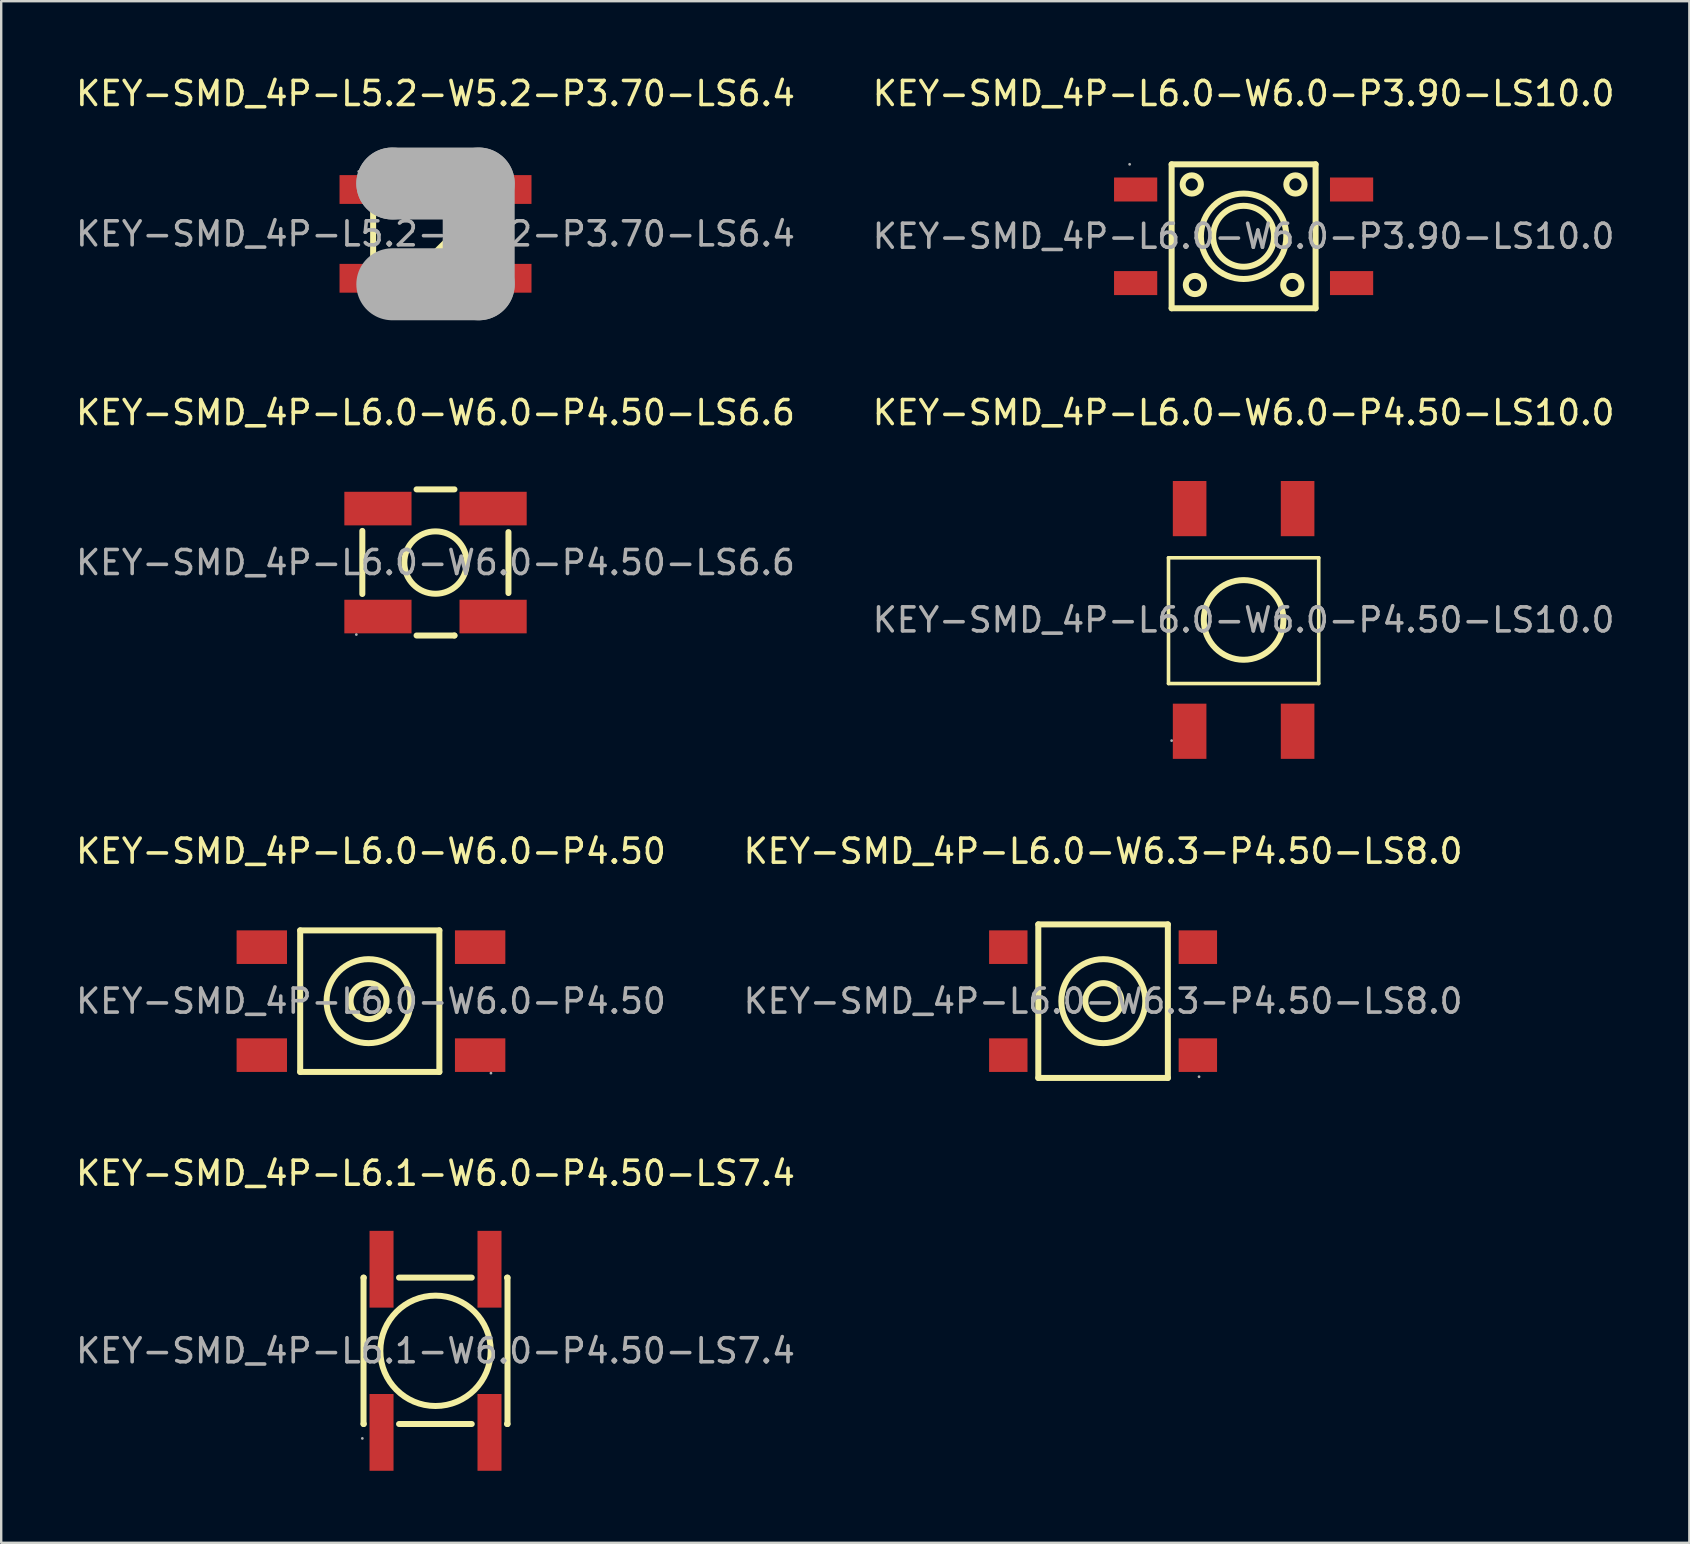
<source format=kicad_pcb>
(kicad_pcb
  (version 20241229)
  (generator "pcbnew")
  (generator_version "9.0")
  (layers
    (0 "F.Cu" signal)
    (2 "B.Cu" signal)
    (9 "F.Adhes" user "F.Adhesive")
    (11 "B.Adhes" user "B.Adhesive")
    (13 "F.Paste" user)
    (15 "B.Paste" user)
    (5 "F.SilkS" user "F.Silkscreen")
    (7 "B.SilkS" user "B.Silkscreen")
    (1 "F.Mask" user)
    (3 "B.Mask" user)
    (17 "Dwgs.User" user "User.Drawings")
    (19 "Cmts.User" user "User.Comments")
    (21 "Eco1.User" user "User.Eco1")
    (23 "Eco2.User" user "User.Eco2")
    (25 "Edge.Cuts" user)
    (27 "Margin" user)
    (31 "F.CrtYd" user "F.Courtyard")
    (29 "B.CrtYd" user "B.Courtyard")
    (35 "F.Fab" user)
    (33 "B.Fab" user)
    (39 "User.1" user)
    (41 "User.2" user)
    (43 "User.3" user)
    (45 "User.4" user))
  (footprint "KEY-SMD_4P-L6.1-W6.0-P4.50-LS7.4"
    (layer "F.Cu")
    (at 15.101 53.248)
    (property "Reference" "KEY-SMD_4P-L6.1-W6.0-P4.50-LS7.4" (at 0 -7.4 0) (layer "F.SilkS") (effects (font (size 1 1) (thickness 0.15))))
    (attr through_hole)
    (fp_line (start -3 -3.05) (end -2.99 -3.05) (stroke (width 0.25) (type solid)) (layer "F.SilkS"))
    (fp_line (start -3 3.05) (end -3 -3.05) (stroke (width 0.25) (type solid)) (layer "F.SilkS"))
    (fp_line (start -3 3.05) (end -2.99 3.05) (stroke (width 0.25) (type solid)) (layer "F.SilkS"))
    (fp_line (start -1.52 -3.05) (end 1.51 -3.05) (stroke (width 0.25) (type solid)) (layer "F.SilkS"))
    (fp_line (start -1.52 3.05) (end 1.51 3.05) (stroke (width 0.25) (type solid)) (layer "F.SilkS"))
    (fp_line (start 2.98 -3.05) (end 3 -3.05) (stroke (width 0.25) (type solid)) (layer "F.SilkS"))
    (fp_line (start 2.98 3.05) (end 3 3.05) (stroke (width 0.25) (type solid)) (layer "F.SilkS"))
    (fp_line (start 3 3.05) (end 3 -3.05) (stroke (width 0.25) (type solid)) (layer "F.SilkS"))
    (fp_circle (center 0 0) (end 2.3 0) (stroke (width 0.25) (type solid)) (fill no) (layer "F.SilkS"))
    (fp_circle (center -3.05 3.65) (end -3.02 3.65) (stroke (width 0.06) (type solid)) (fill no) (layer "F.Fab"))
    (fp_text user "${REFERENCE}" (at 0 0 0) (layer "F.Fab") (effects (font (size 1 1) (thickness 0.15))))
    (pad "A" smd rect (at -2.25 3.4 180) (size 1 3.2) (layers "F.Cu" "F.Mask" "F.Paste"))
    (pad "A'" smd rect (at -2.25 -3.4 180) (size 1 3.2) (layers "F.Cu" "F.Mask" "F.Paste"))
    (pad "B" smd rect (at 2.25 3.4 180) (size 1 3.2) (layers "F.Cu" "F.Mask" "F.Paste"))
    (pad "B'" smd rect (at 2.25 -3.4 180) (size 1 3.2) (layers "F.Cu" "F.Mask" "F.Paste")))
  (footprint "KEY-SMD_4P-L6.0-W6.0-P4.50-LS10.0"
    (layer "F.Cu")
    (at 48.78 22.787)
    (property "Reference" "KEY-SMD_4P-L6.0-W6.0-P4.50-LS10.0" (at 0 -8.64 0) (layer "F.SilkS") (effects (font (size 1 1) (thickness 0.15))))
    (attr through_hole)
    (fp_line (start -3.13 -2.59) (end 3.13 -2.59) (stroke (width 0.15) (type solid)) (layer "F.SilkS"))
    (fp_line (start -3.13 2.65) (end -3.13 -2.59) (stroke (width 0.15) (type solid)) (layer "F.SilkS"))
    (fp_line (start 3.13 -2.59) (end 3.13 2.65) (stroke (width 0.15) (type solid)) (layer "F.SilkS"))
    (fp_line (start 3.13 2.65) (end -3.13 2.65) (stroke (width 0.15) (type solid)) (layer "F.SilkS"))
    (fp_circle (center 0 0) (end 1.66 0) (stroke (width 0.25) (type solid)) (fill no) (layer "F.SilkS"))
    (fp_circle (center -3 5.03) (end -2.97 5.03) (stroke (width 0.06) (type solid)) (fill no) (layer "F.Fab"))
    (fp_text user "${REFERENCE}" (at 0 0 0) (layer "F.Fab") (effects (font (size 1 1) (thickness 0.15))))
    (pad "1" smd rect (at -2.25 4.64) (size 1.4 2.3) (layers "F.Cu" "F.Mask" "F.Paste"))
    (pad "2" smd rect (at -2.25 -4.64) (size 1.4 2.3) (layers "F.Cu" "F.Mask" "F.Paste"))
    (pad "3" smd rect (at 2.25 -4.64) (size 1.4 2.3) (layers "F.Cu" "F.Mask" "F.Paste"))
    (pad "4" smd rect (at 2.25 4.64) (size 1.4 2.3) (layers "F.Cu" "F.Mask" "F.Paste")))
  (footprint "KEY-SMD_4P-L6.0-W6.0-P4.50"
    (layer "F.Cu")
    (at 12.411 38.675)
    (property "Reference" "KEY-SMD_4P-L6.0-W6.0-P4.50" (at 0 -6.25 0) (layer "F.SilkS") (effects (font (size 1 1) (thickness 0.15))))
    (attr through_hole)
    (fp_line (start -2.95 -2.95) (end -2.95 2.95) (stroke (width 0.25) (type solid)) (layer "F.SilkS"))
    (fp_line (start -2.95 2.95) (end 2.85 2.95) (stroke (width 0.25) (type solid)) (layer "F.SilkS"))
    (fp_line (start 2.85 -2.95) (end -2.95 -2.95) (stroke (width 0.25) (type solid)) (layer "F.SilkS"))
    (fp_line (start 2.85 2.95) (end 2.85 -2.95) (stroke (width 0.25) (type solid)) (layer "F.SilkS"))
    (fp_circle (center -0.1 0) (end 0.65 0) (stroke (width 0.25) (type solid)) (fill no) (layer "F.SilkS"))
    (fp_circle (center -0.1 0) (end 1.65 0) (stroke (width 0.25) (type solid)) (fill no) (layer "F.SilkS"))
    (fp_circle (center 5 3) (end 5.03 3) (stroke (width 0.06) (type solid)) (fill no) (layer "F.Fab"))
    (fp_text user "${REFERENCE}" (at 0 0 0) (layer "F.Fab") (effects (font (size 1 1) (thickness 0.15))))
    (pad "1" smd rect (at 4.55 2.25) (size 2.1 1.4) (layers "F.Cu" "F.Mask" "F.Paste"))
    (pad "2" smd rect (at -4.55 2.25) (size 2.1 1.4) (layers "F.Cu" "F.Mask" "F.Paste"))
    (pad "3" smd rect (at 4.55 -2.25) (size 2.1 1.4) (layers "F.Cu" "F.Mask" "F.Paste"))
    (pad "4" smd rect (at -4.55 -2.25) (size 2.1 1.4) (layers "F.Cu" "F.Mask" "F.Paste")))
  (footprint "KEY-SMD_4P-L6.0-W6.0-P3.90-LS10.0"
    (layer "F.Cu")
    (at 48.78 6.798)
    (property "Reference" "KEY-SMD_4P-L6.0-W6.0-P3.90-LS10.0" (at 0 -5.95 0) (layer "F.SilkS") (effects (font (size 1 1) (thickness 0.15))))
    (attr through_hole)
    (fp_line (start -3 -3) (end 3 -3) (stroke (width 0.25) (type solid)) (layer "F.SilkS"))
    (fp_line (start -3 3) (end -3 -3) (stroke (width 0.25) (type solid)) (layer "F.SilkS"))
    (fp_line (start 3 -3) (end 3 3) (stroke (width 0.25) (type solid)) (layer "F.SilkS"))
    (fp_line (start 3 3) (end -3 3) (stroke (width 0.25) (type solid)) (layer "F.SilkS"))
    (fp_circle (center -2.16 -2.16) (end -1.78 -2.16) (stroke (width 0.25) (type solid)) (fill no) (layer "F.SilkS"))
    (fp_circle (center -2.03 2.03) (end -1.65 2.03) (stroke (width 0.25) (type solid)) (fill no) (layer "F.SilkS"))
    (fp_circle (center 0 0) (end 1.27 0) (stroke (width 0.25) (type solid)) (fill no) (layer "F.SilkS"))
    (fp_circle (center 0 0) (end 1.78 0) (stroke (width 0.25) (type solid)) (fill no) (layer "F.SilkS"))
    (fp_circle (center 2.03 2.03) (end 2.41 2.03) (stroke (width 0.25) (type solid)) (fill no) (layer "F.SilkS"))
    (fp_circle (center 2.16 -2.16) (end 2.54 -2.16) (stroke (width 0.25) (type solid)) (fill no) (layer "F.SilkS"))
    (fp_circle (center -4.75 -3) (end -4.72 -3) (stroke (width 0.06) (type solid)) (fill no) (layer "F.Fab"))
    (fp_text user "${REFERENCE}" (at 0 0 0) (layer "F.Fab") (effects (font (size 1 1) (thickness 0.15))))
    (pad "1" smd rect (at -4.5 -1.95) (size 1.8 1) (layers "F.Cu" "F.Mask" "F.Paste"))
    (pad "2" smd rect (at 4.5 -1.95) (size 1.8 1) (layers "F.Cu" "F.Mask" "F.Paste"))
    (pad "3" smd rect (at -4.5 1.95) (size 1.8 1) (layers "F.Cu" "F.Mask" "F.Paste"))
    (pad "4" smd rect (at 4.5 1.95) (size 1.8 1) (layers "F.Cu" "F.Mask" "F.Paste")))
  (footprint "KEY-SMD_4P-L6.0-W6.3-P4.50-LS8.0"
    (layer "F.Cu")
    (at 42.923 38.675)
    (property "Reference" "KEY-SMD_4P-L6.0-W6.3-P4.50-LS8.0" (at 0 -6.25 0) (layer "F.SilkS") (effects (font (size 1 1) (thickness 0.15))))
    (attr through_hole)
    (fp_line (start -2.7 -3.2) (end 2.7 -3.2) (stroke (width 0.25) (type solid)) (layer "F.SilkS"))
    (fp_line (start -2.7 3.2) (end -2.7 -3.2) (stroke (width 0.25) (type solid)) (layer "F.SilkS"))
    (fp_line (start 2.7 -3.2) (end 2.7 3.2) (stroke (width 0.25) (type solid)) (layer "F.SilkS"))
    (fp_line (start 2.7 3.2) (end -2.7 3.2) (stroke (width 0.25) (type solid)) (layer "F.SilkS"))
    (fp_circle (center 0.01 0) (end 0.76 0) (stroke (width 0.25) (type solid)) (fill no) (layer "F.SilkS"))
    (fp_circle (center 0.01 0) (end 1.76 0) (stroke (width 0.25) (type solid)) (fill no) (layer "F.SilkS"))
    (fp_circle (center 4 3.15) (end 4.03 3.15) (stroke (width 0.06) (type solid)) (fill no) (layer "F.Fab"))
    (fp_text user "${REFERENCE}" (at 0 0 0) (layer "F.Fab") (effects (font (size 1 1) (thickness 0.15))))
    (pad "1" smd rect (at 3.95 2.25) (size 1.6 1.4) (layers "F.Cu" "F.Mask" "F.Paste"))
    (pad "2" smd rect (at -3.95 2.25) (size 1.6 1.4) (layers "F.Cu" "F.Mask" "F.Paste"))
    (pad "3" smd rect (at 3.95 -2.25) (size 1.6 1.4) (layers "F.Cu" "F.Mask" "F.Paste"))
    (pad "4" smd rect (at -3.95 -2.25) (size 1.6 1.4) (layers "F.Cu" "F.Mask" "F.Paste")))
  (footprint "KEY-SMD_4P-L5.2-W5.2-P3.70-LS6.4"
    (layer "F.Cu")
    (at 15.101 6.698)
    (property "Reference" "KEY-SMD_4P-L5.2-W5.2-P3.70-LS6.4" (at 0 -5.85 0) (layer "F.SilkS") (effects (font (size 1 1) (thickness 0.15))))
    (attr through_hole)
    (fp_line (start -2.6 -1.02) (end -2.6 1.02) (stroke (width 0.25) (type solid)) (layer "F.SilkS"))
    (fp_line (start -2.09 2.65) (end 2.09 2.65) (stroke (width 0.25) (type solid)) (layer "F.SilkS"))
    (fp_line (start -2.02 -2.6) (end 2.02 -2.6) (stroke (width 0.25) (type solid)) (layer "F.SilkS"))
    (fp_line (start 0 -2.03) (end 0 -1.02) (stroke (width 0.25) (type solid)) (layer "F.SilkS"))
    (fp_line (start 0 0.76) (end 1.02 -0.25) (stroke (width 0.25) (type solid)) (layer "F.SilkS"))
    (fp_line (start 0 2.03) (end 0 0.76) (stroke (width 0.25) (type solid)) (layer "F.SilkS"))
    (fp_line (start 2.6 1.02) (end 2.6 -1.02) (stroke (width 0.25) (type solid)) (layer "F.SilkS"))
    (fp_line (start -1.8 -2.1) (end -1.8 -2.1) (stroke (width 3) (type solid)) (layer "F.Fab"))
    (fp_line (start -1.8 -2.1) (end 1.8 -2.1) (stroke (width 3) (type solid)) (layer "F.Fab"))
    (fp_line (start 1.8 -2.1) (end 1.8 2.1) (stroke (width 3) (type solid)) (layer "F.Fab"))
    (fp_line (start 1.8 2.1) (end -1.8 2.1) (stroke (width 3) (type solid)) (layer "F.Fab"))
    (fp_circle (center -3.2 -2.6) (end -3.17 -2.6) (stroke (width 0.06) (type solid)) (fill no) (layer "F.Fab"))
    (fp_text user "${REFERENCE}" (at 0 0 0) (layer "F.Fab") (effects (font (size 1 1) (thickness 0.15))))
    (pad "1" smd rect (at -3.1 -1.85) (size 1.8 1.2) (layers "F.Cu" "F.Mask" "F.Paste"))
    (pad "2" smd rect (at 3.1 -1.85) (size 1.8 1.2) (layers "F.Cu" "F.Mask" "F.Paste"))
    (pad "3" smd rect (at -3.1 1.85) (size 1.8 1.2) (layers "F.Cu" "F.Mask" "F.Paste"))
    (pad "4" smd rect (at 3.1 1.85) (size 1.8 1.2) (layers "F.Cu" "F.Mask" "F.Paste")))
  (footprint "KEY-SMD_4P-L6.0-W6.0-P4.50-LS6.6"
    (layer "F.Cu")
    (at 15.101 20.396)
    (property "Reference" "KEY-SMD_4P-L6.0-W6.0-P4.50-LS6.6" (at 0 -6.25 0) (layer "F.SilkS") (effects (font (size 1 1) (thickness 0.15))))
    (attr through_hole)
    (fp_line (start -3.05 -1.32) (end -3.05 1.31) (stroke (width 0.25) (type solid)) (layer "F.SilkS"))
    (fp_line (start -0.79 -3.05) (end 0.79 -3.05) (stroke (width 0.25) (type solid)) (layer "F.SilkS"))
    (fp_line (start -0.79 3.04) (end 0.79 3.04) (stroke (width 0.25) (type solid)) (layer "F.SilkS"))
    (fp_line (start 0.79 3.04) (end 0.79 3.04) (stroke (width 0.25) (type solid)) (layer "F.SilkS"))
    (fp_line (start 3.04 -1.27) (end 3.04 1.27) (stroke (width 0.25) (type solid)) (layer "F.SilkS"))
    (fp_circle (center 0 0) (end 1.3 0) (stroke (width 0.25) (type solid)) (fill no) (layer "F.SilkS"))
    (fp_circle (center -3.3 3) (end -3.27 3) (stroke (width 0.06) (type solid)) (fill no) (layer "F.Fab"))
    (fp_text user "${REFERENCE}" (at 0 0 0) (layer "F.Fab") (effects (font (size 1 1) (thickness 0.15))))
    (pad "1" smd rect (at -2.4 2.25 90) (size 1.4 2.8) (layers "F.Cu" "F.Mask" "F.Paste"))
    (pad "2" smd rect (at 2.4 2.25 90) (size 1.4 2.8) (layers "F.Cu" "F.Mask" "F.Paste"))
    (pad "3" smd rect (at 2.4 -2.25 90) (size 1.4 2.8) (layers "F.Cu" "F.Mask" "F.Paste"))
    (pad "4" smd rect (at -2.4 -2.25 90) (size 1.4 2.8) (layers "F.Cu" "F.Mask" "F.Paste")))
  (gr_rect
    (start -3 -3)
    (end 67.357 61.248)
    (stroke (width 0.1) (type default))
    (fill no)
    (layer "Edge.Cuts")))
</source>
